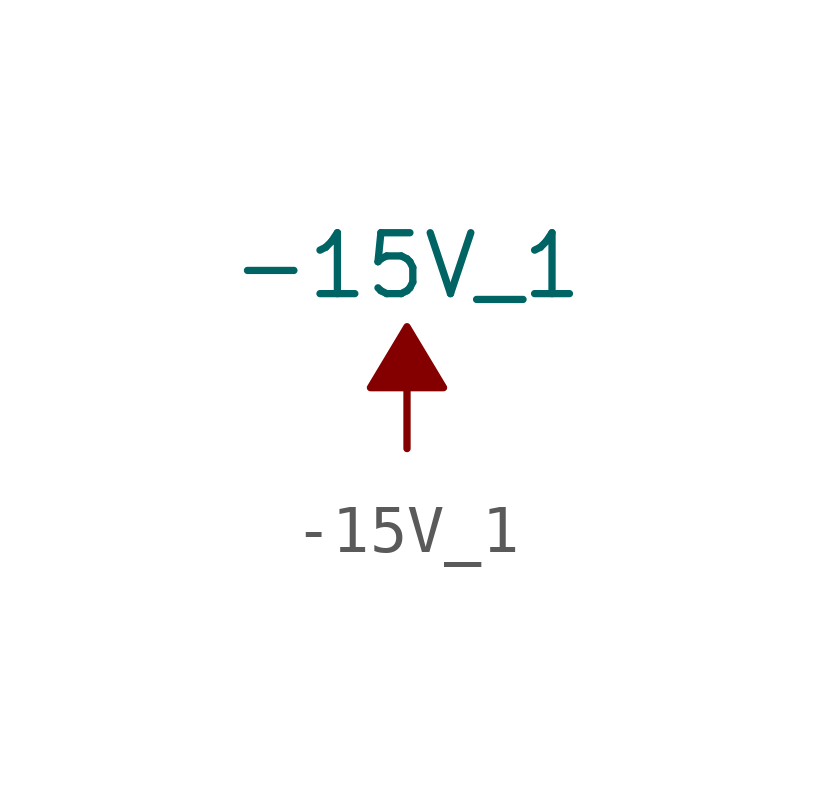
<source format=kicad_sym>
(kicad_symbol_lib
  (version 20211014)
  (generator kicad_symbol_editor)
  (symbol "-15V_1"
    (power)
    (pin_names
      (offset 0))
    (property "Reference" "#PWR"
      (at 0 2.54 0)
      (effects (font (size 1.27 1.27)) hide))
    (property "Value" "-15V_1"
      (at 0 3.81 0)
      (effects (font (size 1.27 1.27))))
    (symbol "-15V_1_0_0"
      (pin power_in line (at 0 0 90) (length 0) hide (name "-15V_1" (effects (font (size 1.27 1.27)))) (number "1" (effects (font (size 1.27 1.27))))))
    (symbol "-15V_1_0_1"
      (polyline (pts (xy 0 0) (xy 0 1.27) (xy 0.762 1.27) (xy 0 2.54) (xy -0.762 1.27) (xy 0 1.27)) (stroke (width 0) (type default) (color 0 0 0 0)) (fill (type outline))))))
</source>
